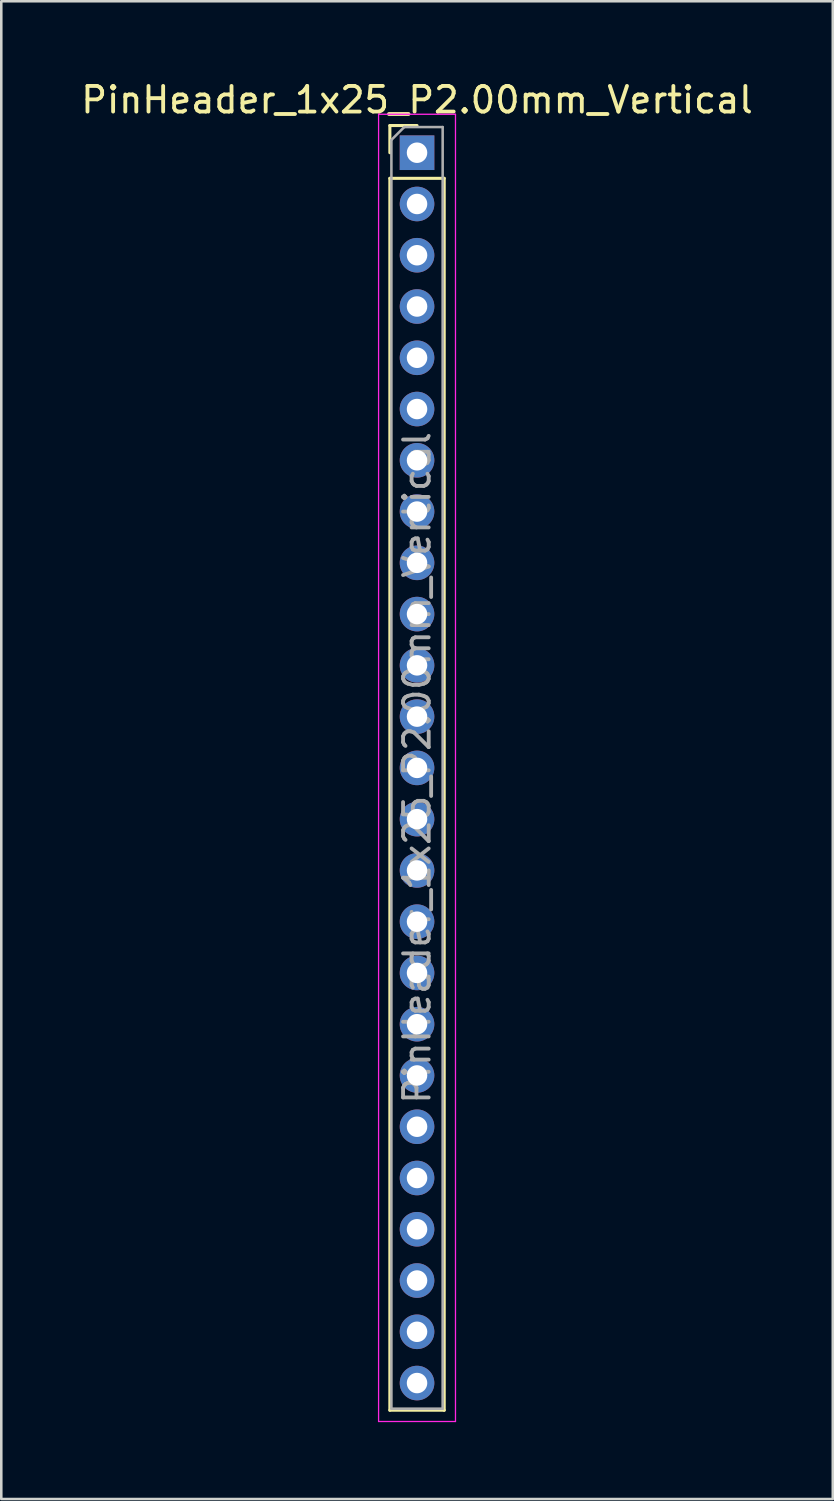
<source format=kicad_pcb>
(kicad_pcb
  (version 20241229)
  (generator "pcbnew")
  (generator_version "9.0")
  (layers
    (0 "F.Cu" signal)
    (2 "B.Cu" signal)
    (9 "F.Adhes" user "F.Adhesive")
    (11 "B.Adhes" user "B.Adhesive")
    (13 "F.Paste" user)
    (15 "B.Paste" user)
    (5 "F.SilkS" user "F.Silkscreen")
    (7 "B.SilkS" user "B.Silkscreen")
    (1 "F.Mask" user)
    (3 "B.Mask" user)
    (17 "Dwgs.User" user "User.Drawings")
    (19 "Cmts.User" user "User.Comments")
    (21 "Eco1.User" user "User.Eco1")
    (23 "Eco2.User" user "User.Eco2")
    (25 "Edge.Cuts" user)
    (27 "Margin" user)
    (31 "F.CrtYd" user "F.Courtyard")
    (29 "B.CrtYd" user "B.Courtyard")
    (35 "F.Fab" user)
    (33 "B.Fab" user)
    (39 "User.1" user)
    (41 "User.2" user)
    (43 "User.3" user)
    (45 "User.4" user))
  (footprint "PinHeader_1x25_P2.00mm_Vertical"
    (layer "F.Cu")
    (at 13.22 2.908)
    (property "Reference" "PinHeader_1x25_P2.00mm_Vertical" (at 0 -2.06 0) (layer "F.SilkS") (effects (font (size 1 1) (thickness 0.15))))
    (attr through_hole)
    (fp_line (start -1.06 -1.06) (end 0 -1.06) (stroke (width 0.12) (type solid)) (layer "F.SilkS"))
    (fp_line (start -1.06 0) (end -1.06 -1.06) (stroke (width 0.12) (type solid)) (layer "F.SilkS"))
    (fp_line (start -1.06 1) (end -1.06 49.06) (stroke (width 0.12) (type solid)) (layer "F.SilkS"))
    (fp_line (start -1.06 1) (end 1.06 1) (stroke (width 0.12) (type solid)) (layer "F.SilkS"))
    (fp_line (start -1.06 49.06) (end 1.06 49.06) (stroke (width 0.12) (type solid)) (layer "F.SilkS"))
    (fp_line (start 1.06 1) (end 1.06 49.06) (stroke (width 0.12) (type solid)) (layer "F.SilkS"))
    (fp_line (start -1.5 -1.5) (end -1.5 49.5) (stroke (width 0.05) (type solid)) (layer "F.CrtYd"))
    (fp_line (start -1.5 49.5) (end 1.5 49.5) (stroke (width 0.05) (type solid)) (layer "F.CrtYd"))
    (fp_line (start 1.5 -1.5) (end -1.5 -1.5) (stroke (width 0.05) (type solid)) (layer "F.CrtYd"))
    (fp_line (start 1.5 49.5) (end 1.5 -1.5) (stroke (width 0.05) (type solid)) (layer "F.CrtYd"))
    (fp_line (start -1 -0.5) (end -0.5 -1) (stroke (width 0.1) (type solid)) (layer "F.Fab"))
    (fp_line (start -1 49) (end -1 -0.5) (stroke (width 0.1) (type solid)) (layer "F.Fab"))
    (fp_line (start -0.5 -1) (end 1 -1) (stroke (width 0.1) (type solid)) (layer "F.Fab"))
    (fp_line (start 1 -1) (end 1 49) (stroke (width 0.1) (type solid)) (layer "F.Fab"))
    (fp_line (start 1 49) (end -1 49) (stroke (width 0.1) (type solid)) (layer "F.Fab"))
    (fp_text user "${REFERENCE}" (at 0 24 90) (layer "F.Fab") (effects (font (size 1 1) (thickness 0.15))))
    (pad "1" thru_hole rect (at 0 0) (size 1.35 1.35) (drill 0.8) (layers "*.Cu" "*.Mask"))
    (pad "2" thru_hole oval (at 0 2) (size 1.35 1.35) (drill 0.8) (layers "*.Cu" "*.Mask"))
    (pad "3" thru_hole oval (at 0 4) (size 1.35 1.35) (drill 0.8) (layers "*.Cu" "*.Mask"))
    (pad "4" thru_hole oval (at 0 6) (size 1.35 1.35) (drill 0.8) (layers "*.Cu" "*.Mask"))
    (pad "5" thru_hole oval (at 0 8) (size 1.35 1.35) (drill 0.8) (layers "*.Cu" "*.Mask"))
    (pad "6" thru_hole oval (at 0 10) (size 1.35 1.35) (drill 0.8) (layers "*.Cu" "*.Mask"))
    (pad "7" thru_hole oval (at 0 12) (size 1.35 1.35) (drill 0.8) (layers "*.Cu" "*.Mask"))
    (pad "8" thru_hole oval (at 0 14) (size 1.35 1.35) (drill 0.8) (layers "*.Cu" "*.Mask"))
    (pad "9" thru_hole oval (at 0 16) (size 1.35 1.35) (drill 0.8) (layers "*.Cu" "*.Mask"))
    (pad "10" thru_hole oval (at 0 18) (size 1.35 1.35) (drill 0.8) (layers "*.Cu" "*.Mask"))
    (pad "11" thru_hole oval (at 0 20) (size 1.35 1.35) (drill 0.8) (layers "*.Cu" "*.Mask"))
    (pad "12" thru_hole oval (at 0 22) (size 1.35 1.35) (drill 0.8) (layers "*.Cu" "*.Mask"))
    (pad "13" thru_hole oval (at 0 24) (size 1.35 1.35) (drill 0.8) (layers "*.Cu" "*.Mask"))
    (pad "14" thru_hole oval (at 0 26) (size 1.35 1.35) (drill 0.8) (layers "*.Cu" "*.Mask"))
    (pad "15" thru_hole oval (at 0 28) (size 1.35 1.35) (drill 0.8) (layers "*.Cu" "*.Mask"))
    (pad "16" thru_hole oval (at 0 30) (size 1.35 1.35) (drill 0.8) (layers "*.Cu" "*.Mask"))
    (pad "17" thru_hole oval (at 0 32) (size 1.35 1.35) (drill 0.8) (layers "*.Cu" "*.Mask"))
    (pad "18" thru_hole oval (at 0 34) (size 1.35 1.35) (drill 0.8) (layers "*.Cu" "*.Mask"))
    (pad "19" thru_hole oval (at 0 36) (size 1.35 1.35) (drill 0.8) (layers "*.Cu" "*.Mask"))
    (pad "20" thru_hole oval (at 0 38) (size 1.35 1.35) (drill 0.8) (layers "*.Cu" "*.Mask"))
    (pad "21" thru_hole oval (at 0 40) (size 1.35 1.35) (drill 0.8) (layers "*.Cu" "*.Mask"))
    (pad "22" thru_hole oval (at 0 42) (size 1.35 1.35) (drill 0.8) (layers "*.Cu" "*.Mask"))
    (pad "23" thru_hole oval (at 0 44) (size 1.35 1.35) (drill 0.8) (layers "*.Cu" "*.Mask"))
    (pad "24" thru_hole oval (at 0 46) (size 1.35 1.35) (drill 0.8) (layers "*.Cu" "*.Mask"))
    (pad "25" thru_hole oval (at 0 48) (size 1.35 1.35) (drill 0.8) (layers "*.Cu" "*.Mask")))
  (gr_rect
    (start -3 -3)
    (end 29.44 55.433)
    (stroke (width 0.1) (type default))
    (fill no)
    (layer "Edge.Cuts")))
</source>
